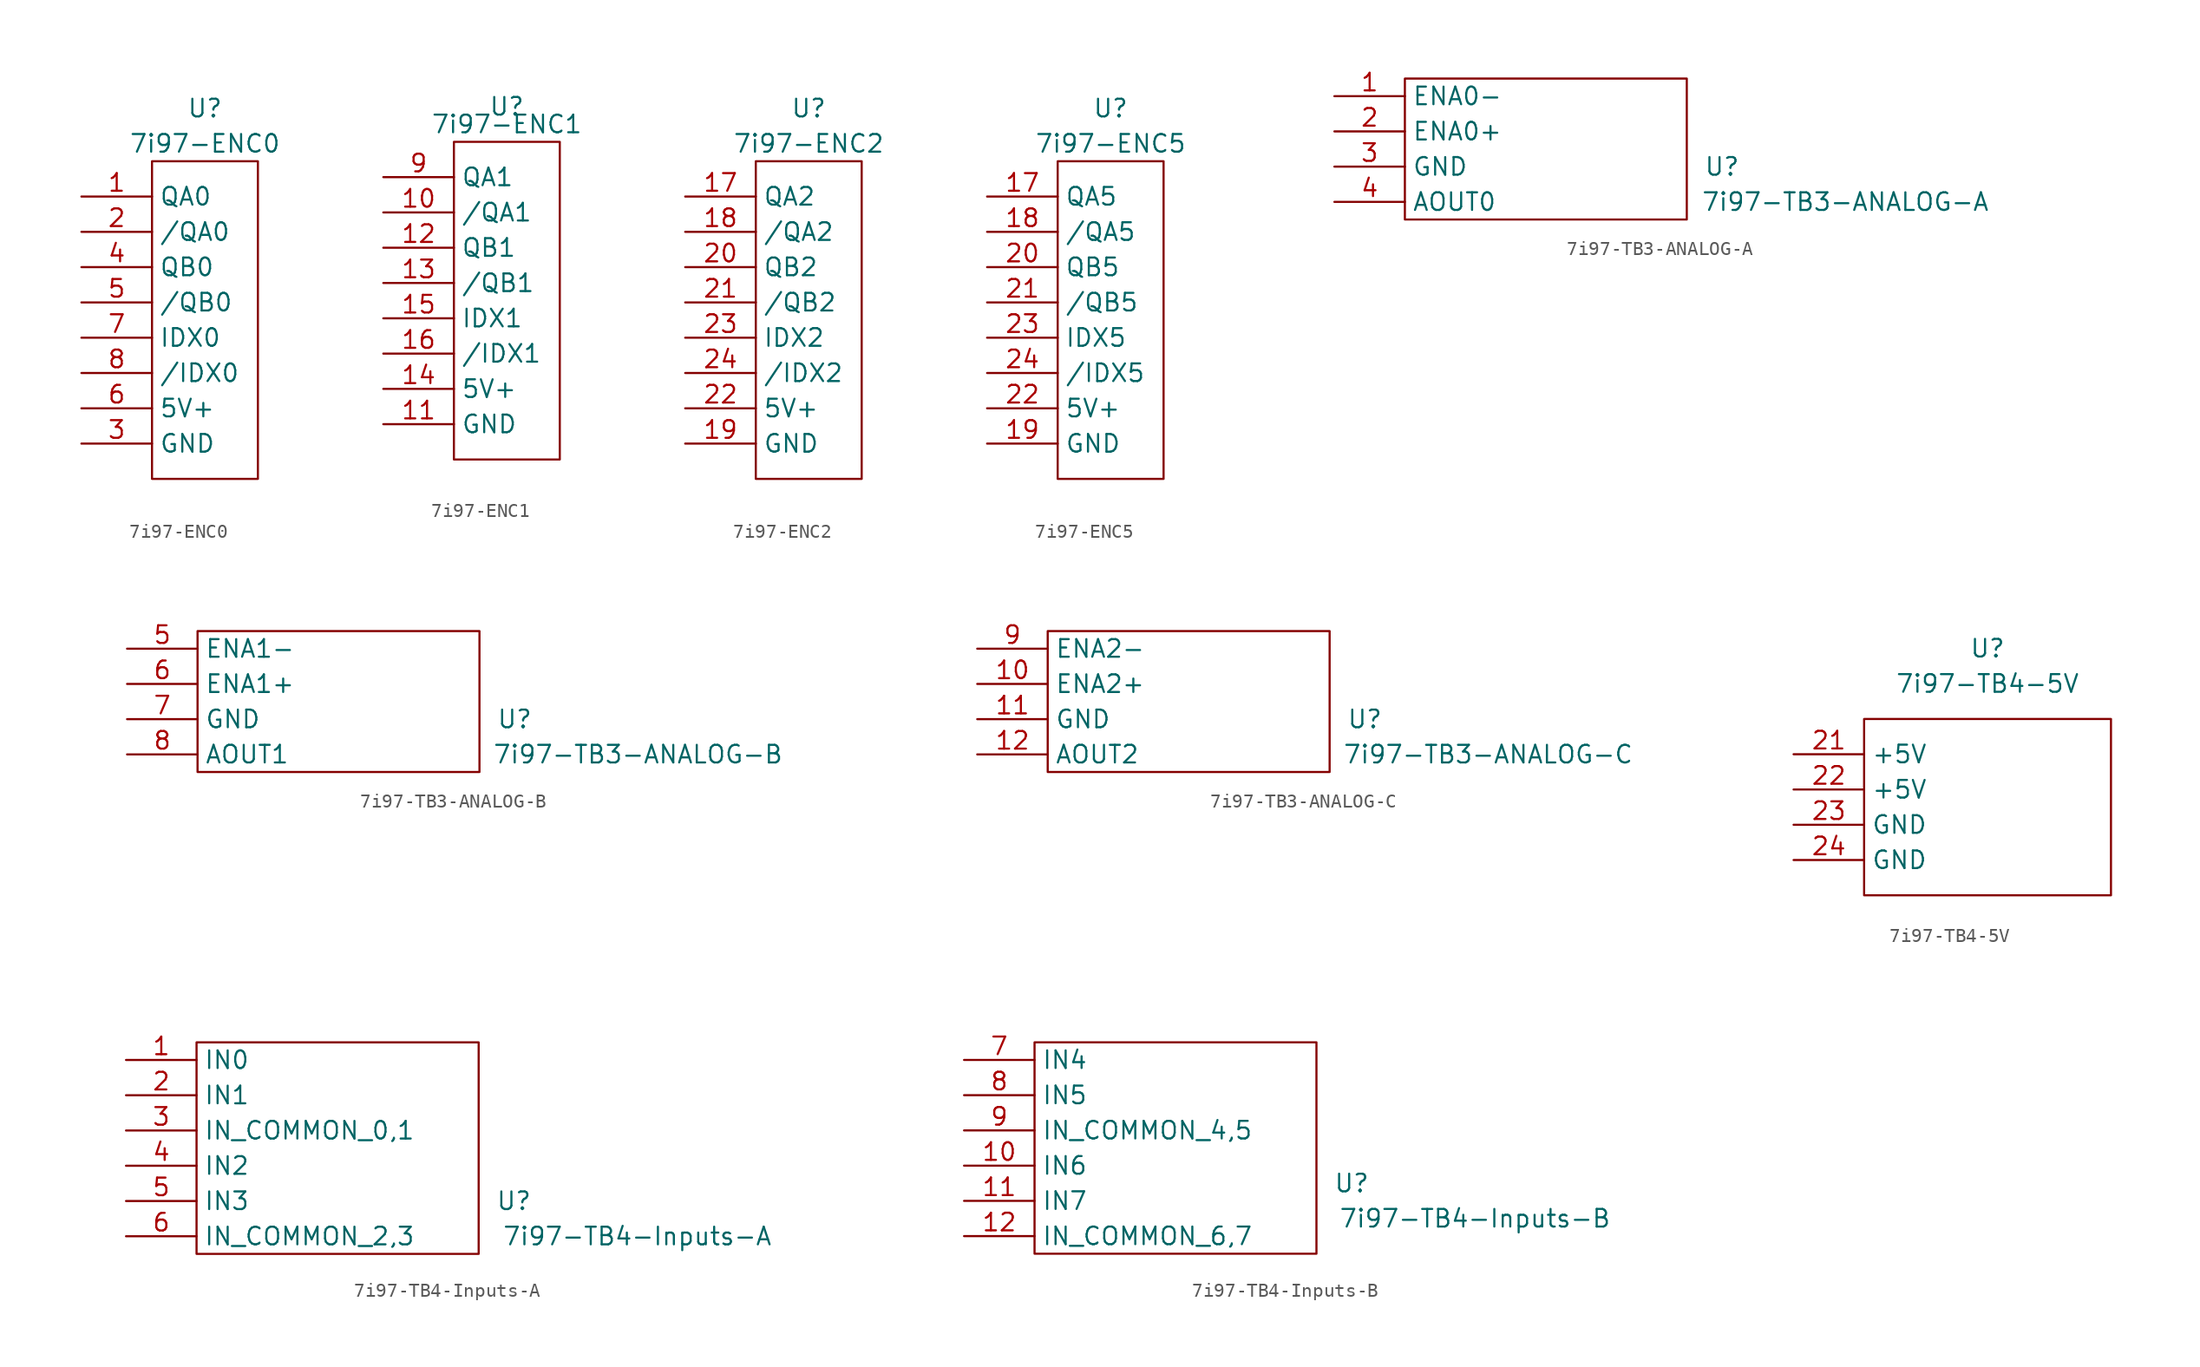
<source format=kicad_sym>
(kicad_symbol_lib
  (version 20241209)
  (generator "kicad_symbol_editor")
  (generator_version "9.0")
  (symbol "7i97-ENC0"
    (property "Reference" "U"
      (at 0 15.24 0)
      (effects (font (size 1.27 1.27))))
    (property "Value" "7i97-ENC0"
      (at 0 12.7 0)
      (effects (font (size 1.27 1.27))))
    (symbol "7i97-ENC0_0_1"
      (rectangle (start -3.81 11.43) (end 3.81 -11.43) (stroke (width 0.152) (type default)) (fill (type none))))
    (symbol "7i97-ENC0_1_1"
      (pin passive line (at -8.89 8.89 0) (length 5.08) (name "QA0" (effects (font (size 1.27 1.27)))) (number "1" (effects (font (size 1.27 1.27)))))
      (pin passive line (at -8.89 6.35 0) (length 5.08) (name "/QA0" (effects (font (size 1.27 1.27)))) (number "2" (effects (font (size 1.27 1.27)))))
      (pin passive line (at -8.89 3.81 0) (length 5.08) (name "QB0" (effects (font (size 1.27 1.27)))) (number "4" (effects (font (size 1.27 1.27)))))
      (pin passive line (at -8.89 1.27 0) (length 5.08) (name "/QB0" (effects (font (size 1.27 1.27)))) (number "5" (effects (font (size 1.27 1.27)))))
      (pin passive line (at -8.89 -1.27 0) (length 5.08) (name "IDX0" (effects (font (size 1.27 1.27)))) (number "7" (effects (font (size 1.27 1.27)))))
      (pin passive line (at -8.89 -3.81 0) (length 5.08) (name "/IDX0" (effects (font (size 1.27 1.27)))) (number "8" (effects (font (size 1.27 1.27)))))
      (pin passive line (at -8.89 -6.35 0) (length 5.08) (name "5V+" (effects (font (size 1.27 1.27)))) (number "6" (effects (font (size 1.27 1.27)))))
      (pin passive line (at -8.89 -8.89 0) (length 5.08) (name "GND" (effects (font (size 1.27 1.27)))) (number "3" (effects (font (size 1.27 1.27)))))))
  (symbol "7i97-ENC1"
    (property "Reference" "U"
      (at 0 13.97 0)
      (effects (font (size 1.27 1.27))))
    (property "Value" "7i97-ENC1"
      (at 0 12.7 0)
      (effects (font (size 1.27 1.27))))
    (symbol "7i97-ENC1_0_1"
      (rectangle (start -3.81 11.43) (end 3.81 -11.43) (stroke (width 0.152) (type default)) (fill (type none))))
    (symbol "7i97-ENC1_1_1"
      (pin passive line (at -8.89 8.89 0) (length 5.08) (name "QA1" (effects (font (size 1.27 1.27)))) (number "9" (effects (font (size 1.27 1.27)))))
      (pin passive line (at -8.89 6.35 0) (length 5.08) (name "/QA1" (effects (font (size 1.27 1.27)))) (number "10" (effects (font (size 1.27 1.27)))))
      (pin passive line (at -8.89 3.81 0) (length 5.08) (name "QB1" (effects (font (size 1.27 1.27)))) (number "12" (effects (font (size 1.27 1.27)))))
      (pin passive line (at -8.89 1.27 0) (length 5.08) (name "/QB1" (effects (font (size 1.27 1.27)))) (number "13" (effects (font (size 1.27 1.27)))))
      (pin passive line (at -8.89 -1.27 0) (length 5.08) (name "IDX1" (effects (font (size 1.27 1.27)))) (number "15" (effects (font (size 1.27 1.27)))))
      (pin passive line (at -8.89 -3.81 0) (length 5.08) (name "/IDX1" (effects (font (size 1.27 1.27)))) (number "16" (effects (font (size 1.27 1.27)))))
      (pin passive line (at -8.89 -6.35 0) (length 5.08) (name "5V+" (effects (font (size 1.27 1.27)))) (number "14" (effects (font (size 1.27 1.27)))))
      (pin passive line (at -8.89 -8.89 0) (length 5.08) (name "GND" (effects (font (size 1.27 1.27)))) (number "11" (effects (font (size 1.27 1.27)))))))
  (symbol "7i97-ENC2"
    (property "Reference" "U"
      (at 0 15.24 0)
      (effects (font (size 1.27 1.27))))
    (property "Value" "7i97-ENC2"
      (at 0 12.7 0)
      (effects (font (size 1.27 1.27))))
    (symbol "7i97-ENC2_0_1"
      (rectangle (start -3.81 11.43) (end 3.81 -11.43) (stroke (width 0.152) (type default)) (fill (type none))))
    (symbol "7i97-ENC2_1_1"
      (pin passive line (at -8.89 8.89 0) (length 5.08) (name "QA2" (effects (font (size 1.27 1.27)))) (number "17" (effects (font (size 1.27 1.27)))))
      (pin passive line (at -8.89 6.35 0) (length 5.08) (name "/QA2" (effects (font (size 1.27 1.27)))) (number "18" (effects (font (size 1.27 1.27)))))
      (pin passive line (at -8.89 3.81 0) (length 5.08) (name "QB2" (effects (font (size 1.27 1.27)))) (number "20" (effects (font (size 1.27 1.27)))))
      (pin passive line (at -8.89 1.27 0) (length 5.08) (name "/QB2" (effects (font (size 1.27 1.27)))) (number "21" (effects (font (size 1.27 1.27)))))
      (pin passive line (at -8.89 -1.27 0) (length 5.08) (name "IDX2" (effects (font (size 1.27 1.27)))) (number "23" (effects (font (size 1.27 1.27)))))
      (pin passive line (at -8.89 -3.81 0) (length 5.08) (name "/IDX2" (effects (font (size 1.27 1.27)))) (number "24" (effects (font (size 1.27 1.27)))))
      (pin passive line (at -8.89 -6.35 0) (length 5.08) (name "5V+" (effects (font (size 1.27 1.27)))) (number "22" (effects (font (size 1.27 1.27)))))
      (pin passive line (at -8.89 -8.89 0) (length 5.08) (name "GND" (effects (font (size 1.27 1.27)))) (number "19" (effects (font (size 1.27 1.27)))))))
  (symbol "7i97-ENC5"
    (property "Reference" "U"
      (at 0 15.24 0)
      (effects (font (size 1.27 1.27))))
    (property "Value" "7i97-ENC5"
      (at 0 12.7 0)
      (effects (font (size 1.27 1.27))))
    (symbol "7i97-ENC5_0_1"
      (rectangle (start -3.81 11.43) (end 3.81 -11.43) (stroke (width 0.152) (type default)) (fill (type none))))
    (symbol "7i97-ENC5_1_1"
      (pin passive line (at -8.89 8.89 0) (length 5.08) (name "QA5" (effects (font (size 1.27 1.27)))) (number "17" (effects (font (size 1.27 1.27)))))
      (pin passive line (at -8.89 6.35 0) (length 5.08) (name "/QA5" (effects (font (size 1.27 1.27)))) (number "18" (effects (font (size 1.27 1.27)))))
      (pin passive line (at -8.89 3.81 0) (length 5.08) (name "QB5" (effects (font (size 1.27 1.27)))) (number "20" (effects (font (size 1.27 1.27)))))
      (pin passive line (at -8.89 1.27 0) (length 5.08) (name "/QB5" (effects (font (size 1.27 1.27)))) (number "21" (effects (font (size 1.27 1.27)))))
      (pin passive line (at -8.89 -1.27 0) (length 5.08) (name "IDX5" (effects (font (size 1.27 1.27)))) (number "23" (effects (font (size 1.27 1.27)))))
      (pin passive line (at -8.89 -3.81 0) (length 5.08) (name "/IDX5" (effects (font (size 1.27 1.27)))) (number "24" (effects (font (size 1.27 1.27)))))
      (pin passive line (at -8.89 -6.35 0) (length 5.08) (name "5V+" (effects (font (size 1.27 1.27)))) (number "22" (effects (font (size 1.27 1.27)))))
      (pin passive line (at -8.89 -8.89 0) (length 5.08) (name "GND" (effects (font (size 1.27 1.27)))) (number "19" (effects (font (size 1.27 1.27)))))))
  (symbol "7i97-TB3-ANALOG-A"
    (property "Reference" "U"
      (at 12.7 -1.27 0)
      (effects (font (size 1.27 1.27))))
    (property "Value" "7i97-TB3-ANALOG-A"
      (at 21.59 -3.81 0)
      (effects (font (size 1.27 1.27))))
    (symbol "7i97-TB3-ANALOG-A_0_1"
      (rectangle (start -10.16 5.08) (end 10.16 -5.08) (stroke (width 0.152) (type default)) (fill (type none))))
    (symbol "7i97-TB3-ANALOG-A_1_1"
      (pin passive line (at -15.24 3.81 0) (length 5.08) (name "ENA0-" (effects (font (size 1.27 1.27)))) (number "1" (effects (font (size 1.27 1.27)))))
      (pin passive line (at -15.24 1.27 0) (length 5.08) (name "ENA0+" (effects (font (size 1.27 1.27)))) (number "2" (effects (font (size 1.27 1.27)))))
      (pin passive line (at -15.24 -1.27 0) (length 5.08) (name "GND" (effects (font (size 1.27 1.27)))) (number "3" (effects (font (size 1.27 1.27)))))
      (pin passive line (at -15.24 -3.81 0) (length 5.08) (name "AOUT0" (effects (font (size 1.27 1.27)))) (number "4" (effects (font (size 1.27 1.27)))))))
  (symbol "7i97-TB3-ANALOG-B"
    (property "Reference" "U"
      (at 12.7 -1.27 0)
      (effects (font (size 1.27 1.27))))
    (property "Value" "7i97-TB3-ANALOG-B"
      (at 21.59 -3.81 0)
      (effects (font (size 1.27 1.27))))
    (symbol "7i97-TB3-ANALOG-B_0_1"
      (rectangle (start -10.16 5.08) (end 10.16 -5.08) (stroke (width 0.152) (type default)) (fill (type none))))
    (symbol "7i97-TB3-ANALOG-B_1_1"
      (pin passive line (at -15.24 3.81 0) (length 5.08) (name "ENA1-" (effects (font (size 1.27 1.27)))) (number "5" (effects (font (size 1.27 1.27)))))
      (pin passive line (at -15.24 1.27 0) (length 5.08) (name "ENA1+" (effects (font (size 1.27 1.27)))) (number "6" (effects (font (size 1.27 1.27)))))
      (pin passive line (at -15.24 -1.27 0) (length 5.08) (name "GND" (effects (font (size 1.27 1.27)))) (number "7" (effects (font (size 1.27 1.27)))))
      (pin passive line (at -15.24 -3.81 0) (length 5.08) (name "AOUT1" (effects (font (size 1.27 1.27)))) (number "8" (effects (font (size 1.27 1.27)))))))
  (symbol "7i97-TB3-ANALOG-C"
    (property "Reference" "U"
      (at 12.7 -1.27 0)
      (effects (font (size 1.27 1.27))))
    (property "Value" "7i97-TB3-ANALOG-C"
      (at 21.59 -3.81 0)
      (effects (font (size 1.27 1.27))))
    (symbol "7i97-TB3-ANALOG-C_0_1"
      (rectangle (start -10.16 5.08) (end 10.16 -5.08) (stroke (width 0.152) (type default)) (fill (type none))))
    (symbol "7i97-TB3-ANALOG-C_1_1"
      (pin passive line (at -15.24 3.81 0) (length 5.08) (name "ENA2-" (effects (font (size 1.27 1.27)))) (number "9" (effects (font (size 1.27 1.27)))))
      (pin passive line (at -15.24 1.27 0) (length 5.08) (name "ENA2+" (effects (font (size 1.27 1.27)))) (number "10" (effects (font (size 1.27 1.27)))))
      (pin passive line (at -15.24 -1.27 0) (length 5.08) (name "GND" (effects (font (size 1.27 1.27)))) (number "11" (effects (font (size 1.27 1.27)))))
      (pin passive line (at -15.24 -3.81 0) (length 5.08) (name "AOUT2" (effects (font (size 1.27 1.27)))) (number "12" (effects (font (size 1.27 1.27)))))))
  (symbol "7i97-TB4-5V"
    (property "Reference" "U"
      (at 0 11.43 0)
      (effects (font (size 1.27 1.27))))
    (property "Value" "7i97-TB4-5V"
      (at 0 8.89 0)
      (effects (font (size 1.27 1.27))))
    (symbol "7i97-TB4-5V_0_1"
      (rectangle (start -8.89 6.35) (end 8.89 -6.35) (stroke (width 0.152) (type default)) (fill (type none))))
    (symbol "7i97-TB4-5V_1_1"
      (pin passive line (at -13.97 3.81 0) (length 5.08) (name "+5V" (effects (font (size 1.27 1.27)))) (number "21" (effects (font (size 1.27 1.27)))))
      (pin passive line (at -13.97 1.27 0) (length 5.08) (name "+5V" (effects (font (size 1.27 1.27)))) (number "22" (effects (font (size 1.27 1.27)))))
      (pin passive line (at -13.97 -1.27 0) (length 5.08) (name "GND" (effects (font (size 1.27 1.27)))) (number "23" (effects (font (size 1.27 1.27)))))
      (pin passive line (at -13.97 -3.81 0) (length 5.08) (name "GND" (effects (font (size 1.27 1.27)))) (number "24" (effects (font (size 1.27 1.27)))))))
  (symbol "7i97-TB4-Inputs-A"
    (property "Reference" "U"
      (at 12.7 -3.81 0)
      (effects (font (size 1.27 1.27))))
    (property "Value" "7i97-TB4-Inputs-A"
      (at 21.59 -6.35 0)
      (effects (font (size 1.27 1.27))))
    (symbol "7i97-TB4-Inputs-A_0_1"
      (rectangle (start -10.16 7.62) (end 10.16 -7.62) (stroke (width 0.152) (type default)) (fill (type none))))
    (symbol "7i97-TB4-Inputs-A_1_1"
      (pin passive line (at -15.24 6.35 0) (length 5.08) (name "IN0" (effects (font (size 1.27 1.27)))) (number "1" (effects (font (size 1.27 1.27)))))
      (pin passive line (at -15.24 3.81 0) (length 5.08) (name "IN1" (effects (font (size 1.27 1.27)))) (number "2" (effects (font (size 1.27 1.27)))))
      (pin passive line (at -15.24 1.27 0) (length 5.08) (name "IN_COMMON_0,1" (effects (font (size 1.27 1.27)))) (number "3" (effects (font (size 1.27 1.27)))))
      (pin passive line (at -15.24 -1.27 0) (length 5.08) (name "IN2" (effects (font (size 1.27 1.27)))) (number "4" (effects (font (size 1.27 1.27)))))
      (pin passive line (at -15.24 -3.81 0) (length 5.08) (name "IN3" (effects (font (size 1.27 1.27)))) (number "5" (effects (font (size 1.27 1.27)))))
      (pin passive line (at -15.24 -6.35 0) (length 5.08) (name "IN_COMMON_2,3" (effects (font (size 1.27 1.27)))) (number "6" (effects (font (size 1.27 1.27)))))))
  (symbol "7i97-TB4-Inputs-B"
    (property "Reference" "U"
      (at 12.7 -2.54 0)
      (effects (font (size 1.27 1.27))))
    (property "Value" "7i97-TB4-Inputs-B"
      (at 21.59 -5.08 0)
      (effects (font (size 1.27 1.27))))
    (symbol "7i97-TB4-Inputs-B_0_1"
      (rectangle (start -10.16 7.62) (end 10.16 -7.62) (stroke (width 0.152) (type default)) (fill (type none))))
    (symbol "7i97-TB4-Inputs-B_1_1"
      (pin passive line (at -15.24 6.35 0) (length 5.08) (name "IN4" (effects (font (size 1.27 1.27)))) (number "7" (effects (font (size 1.27 1.27)))))
      (pin passive line (at -15.24 3.81 0) (length 5.08) (name "IN5" (effects (font (size 1.27 1.27)))) (number "8" (effects (font (size 1.27 1.27)))))
      (pin passive line (at -15.24 1.27 0) (length 5.08) (name "IN_COMMON_4,5" (effects (font (size 1.27 1.27)))) (number "9" (effects (font (size 1.27 1.27)))))
      (pin passive line (at -15.24 -1.27 0) (length 5.08) (name "IN6" (effects (font (size 1.27 1.27)))) (number "10" (effects (font (size 1.27 1.27)))))
      (pin passive line (at -15.24 -3.81 0) (length 5.08) (name "IN7" (effects (font (size 1.27 1.27)))) (number "11" (effects (font (size 1.27 1.27)))))
      (pin passive line (at -15.24 -6.35 0) (length 5.08) (name "IN_COMMON_6,7" (effects (font (size 1.27 1.27)))) (number "12" (effects (font (size 1.27 1.27))))))))
</source>
